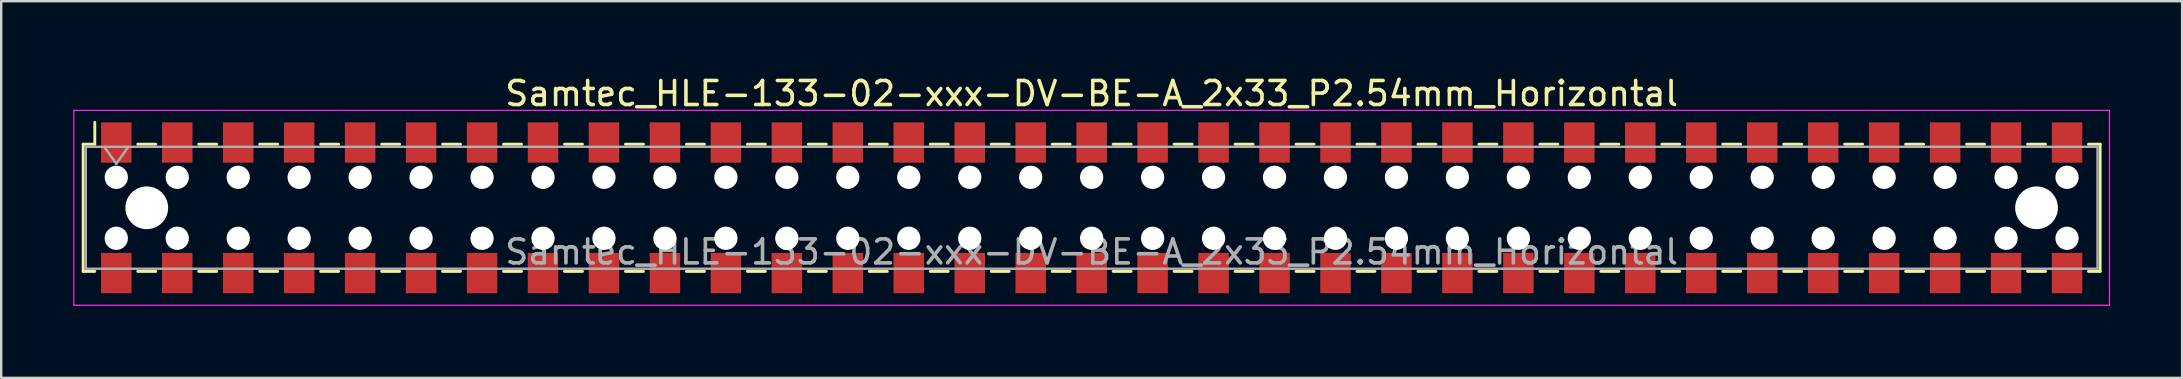
<source format=kicad_pcb>
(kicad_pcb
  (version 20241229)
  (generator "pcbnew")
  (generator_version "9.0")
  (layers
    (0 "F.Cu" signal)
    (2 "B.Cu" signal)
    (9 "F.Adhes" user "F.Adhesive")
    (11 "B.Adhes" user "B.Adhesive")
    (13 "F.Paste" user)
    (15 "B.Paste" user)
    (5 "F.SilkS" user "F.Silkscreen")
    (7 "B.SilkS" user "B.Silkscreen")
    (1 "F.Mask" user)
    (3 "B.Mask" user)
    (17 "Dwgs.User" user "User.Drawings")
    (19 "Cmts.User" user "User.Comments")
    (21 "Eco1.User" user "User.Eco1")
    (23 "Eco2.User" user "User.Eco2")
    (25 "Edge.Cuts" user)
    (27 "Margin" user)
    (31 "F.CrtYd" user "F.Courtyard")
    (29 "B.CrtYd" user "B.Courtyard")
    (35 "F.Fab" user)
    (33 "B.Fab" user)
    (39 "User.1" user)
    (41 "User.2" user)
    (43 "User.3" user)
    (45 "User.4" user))
  (footprint "Samtec_HLE-133-02-xxx-DV-BE-A_2x33_P2.54mm_Horizontal"
    (layer "F.Cu")
    (at 42.435 5.608)
    (property "Reference" "Samtec_HLE-133-02-xxx-DV-BE-A_2x33_P2.54mm_Horizontal" (at 0 -4.76 0) (layer "F.SilkS") (effects (font (size 1 1) (thickness 0.15))))
    (attr smd)
    (fp_line (start -42.02 -2.65) (end -42.02 2.65) (stroke (width 0.12) (type solid)) (layer "F.SilkS"))
    (fp_line (start -42.02 2.65) (end -41.535 2.65) (stroke (width 0.12) (type solid)) (layer "F.SilkS"))
    (fp_line (start -41.535 -3.56) (end -41.535 -2.65) (stroke (width 0.12) (type solid)) (layer "F.SilkS"))
    (fp_line (start -41.535 -2.65) (end -42.02 -2.65) (stroke (width 0.12) (type solid)) (layer "F.SilkS"))
    (fp_line (start -39.745 -2.65) (end -38.995 -2.65) (stroke (width 0.12) (type solid)) (layer "F.SilkS"))
    (fp_line (start -39.745 2.65) (end -38.995 2.65) (stroke (width 0.12) (type solid)) (layer "F.SilkS"))
    (fp_line (start -37.205 -2.65) (end -36.455 -2.65) (stroke (width 0.12) (type solid)) (layer "F.SilkS"))
    (fp_line (start -37.205 2.65) (end -36.455 2.65) (stroke (width 0.12) (type solid)) (layer "F.SilkS"))
    (fp_line (start -34.665 -2.65) (end -33.915 -2.65) (stroke (width 0.12) (type solid)) (layer "F.SilkS"))
    (fp_line (start -34.665 2.65) (end -33.915 2.65) (stroke (width 0.12) (type solid)) (layer "F.SilkS"))
    (fp_line (start -32.125 -2.65) (end -31.375 -2.65) (stroke (width 0.12) (type solid)) (layer "F.SilkS"))
    (fp_line (start -32.125 2.65) (end -31.375 2.65) (stroke (width 0.12) (type solid)) (layer "F.SilkS"))
    (fp_line (start -29.585 -2.65) (end -28.835 -2.65) (stroke (width 0.12) (type solid)) (layer "F.SilkS"))
    (fp_line (start -29.585 2.65) (end -28.835 2.65) (stroke (width 0.12) (type solid)) (layer "F.SilkS"))
    (fp_line (start -27.045 -2.65) (end -26.295 -2.65) (stroke (width 0.12) (type solid)) (layer "F.SilkS"))
    (fp_line (start -27.045 2.65) (end -26.295 2.65) (stroke (width 0.12) (type solid)) (layer "F.SilkS"))
    (fp_line (start -24.505 -2.65) (end -23.755 -2.65) (stroke (width 0.12) (type solid)) (layer "F.SilkS"))
    (fp_line (start -24.505 2.65) (end -23.755 2.65) (stroke (width 0.12) (type solid)) (layer "F.SilkS"))
    (fp_line (start -21.965 -2.65) (end -21.215 -2.65) (stroke (width 0.12) (type solid)) (layer "F.SilkS"))
    (fp_line (start -21.965 2.65) (end -21.215 2.65) (stroke (width 0.12) (type solid)) (layer "F.SilkS"))
    (fp_line (start -19.425 -2.65) (end -18.675 -2.65) (stroke (width 0.12) (type solid)) (layer "F.SilkS"))
    (fp_line (start -19.425 2.65) (end -18.675 2.65) (stroke (width 0.12) (type solid)) (layer "F.SilkS"))
    (fp_line (start -16.885 -2.65) (end -16.135 -2.65) (stroke (width 0.12) (type solid)) (layer "F.SilkS"))
    (fp_line (start -16.885 2.65) (end -16.135 2.65) (stroke (width 0.12) (type solid)) (layer "F.SilkS"))
    (fp_line (start -14.345 -2.65) (end -13.595 -2.65) (stroke (width 0.12) (type solid)) (layer "F.SilkS"))
    (fp_line (start -14.345 2.65) (end -13.595 2.65) (stroke (width 0.12) (type solid)) (layer "F.SilkS"))
    (fp_line (start -11.805 -2.65) (end -11.055 -2.65) (stroke (width 0.12) (type solid)) (layer "F.SilkS"))
    (fp_line (start -11.805 2.65) (end -11.055 2.65) (stroke (width 0.12) (type solid)) (layer "F.SilkS"))
    (fp_line (start -9.265 -2.65) (end -8.515 -2.65) (stroke (width 0.12) (type solid)) (layer "F.SilkS"))
    (fp_line (start -9.265 2.65) (end -8.515 2.65) (stroke (width 0.12) (type solid)) (layer "F.SilkS"))
    (fp_line (start -6.725 -2.65) (end -5.975 -2.65) (stroke (width 0.12) (type solid)) (layer "F.SilkS"))
    (fp_line (start -6.725 2.65) (end -5.975 2.65) (stroke (width 0.12) (type solid)) (layer "F.SilkS"))
    (fp_line (start -4.185 -2.65) (end -3.435 -2.65) (stroke (width 0.12) (type solid)) (layer "F.SilkS"))
    (fp_line (start -4.185 2.65) (end -3.435 2.65) (stroke (width 0.12) (type solid)) (layer "F.SilkS"))
    (fp_line (start -1.645 -2.65) (end -0.895 -2.65) (stroke (width 0.12) (type solid)) (layer "F.SilkS"))
    (fp_line (start -1.645 2.65) (end -0.895 2.65) (stroke (width 0.12) (type solid)) (layer "F.SilkS"))
    (fp_line (start 0.895 -2.65) (end 1.645 -2.65) (stroke (width 0.12) (type solid)) (layer "F.SilkS"))
    (fp_line (start 0.895 2.65) (end 1.645 2.65) (stroke (width 0.12) (type solid)) (layer "F.SilkS"))
    (fp_line (start 3.435 -2.65) (end 4.185 -2.65) (stroke (width 0.12) (type solid)) (layer "F.SilkS"))
    (fp_line (start 3.435 2.65) (end 4.185 2.65) (stroke (width 0.12) (type solid)) (layer "F.SilkS"))
    (fp_line (start 5.975 -2.65) (end 6.725 -2.65) (stroke (width 0.12) (type solid)) (layer "F.SilkS"))
    (fp_line (start 5.975 2.65) (end 6.725 2.65) (stroke (width 0.12) (type solid)) (layer "F.SilkS"))
    (fp_line (start 8.515 -2.65) (end 9.265 -2.65) (stroke (width 0.12) (type solid)) (layer "F.SilkS"))
    (fp_line (start 8.515 2.65) (end 9.265 2.65) (stroke (width 0.12) (type solid)) (layer "F.SilkS"))
    (fp_line (start 11.055 -2.65) (end 11.805 -2.65) (stroke (width 0.12) (type solid)) (layer "F.SilkS"))
    (fp_line (start 11.055 2.65) (end 11.805 2.65) (stroke (width 0.12) (type solid)) (layer "F.SilkS"))
    (fp_line (start 13.595 -2.65) (end 14.345 -2.65) (stroke (width 0.12) (type solid)) (layer "F.SilkS"))
    (fp_line (start 13.595 2.65) (end 14.345 2.65) (stroke (width 0.12) (type solid)) (layer "F.SilkS"))
    (fp_line (start 16.135 -2.65) (end 16.885 -2.65) (stroke (width 0.12) (type solid)) (layer "F.SilkS"))
    (fp_line (start 16.135 2.65) (end 16.885 2.65) (stroke (width 0.12) (type solid)) (layer "F.SilkS"))
    (fp_line (start 18.675 -2.65) (end 19.425 -2.65) (stroke (width 0.12) (type solid)) (layer "F.SilkS"))
    (fp_line (start 18.675 2.65) (end 19.425 2.65) (stroke (width 0.12) (type solid)) (layer "F.SilkS"))
    (fp_line (start 21.215 -2.65) (end 21.965 -2.65) (stroke (width 0.12) (type solid)) (layer "F.SilkS"))
    (fp_line (start 21.215 2.65) (end 21.965 2.65) (stroke (width 0.12) (type solid)) (layer "F.SilkS"))
    (fp_line (start 23.755 -2.65) (end 24.505 -2.65) (stroke (width 0.12) (type solid)) (layer "F.SilkS"))
    (fp_line (start 23.755 2.65) (end 24.505 2.65) (stroke (width 0.12) (type solid)) (layer "F.SilkS"))
    (fp_line (start 26.295 -2.65) (end 27.045 -2.65) (stroke (width 0.12) (type solid)) (layer "F.SilkS"))
    (fp_line (start 26.295 2.65) (end 27.045 2.65) (stroke (width 0.12) (type solid)) (layer "F.SilkS"))
    (fp_line (start 28.835 -2.65) (end 29.585 -2.65) (stroke (width 0.12) (type solid)) (layer "F.SilkS"))
    (fp_line (start 28.835 2.65) (end 29.585 2.65) (stroke (width 0.12) (type solid)) (layer "F.SilkS"))
    (fp_line (start 31.375 -2.65) (end 32.125 -2.65) (stroke (width 0.12) (type solid)) (layer "F.SilkS"))
    (fp_line (start 31.375 2.65) (end 32.125 2.65) (stroke (width 0.12) (type solid)) (layer "F.SilkS"))
    (fp_line (start 33.915 -2.65) (end 34.665 -2.65) (stroke (width 0.12) (type solid)) (layer "F.SilkS"))
    (fp_line (start 33.915 2.65) (end 34.665 2.65) (stroke (width 0.12) (type solid)) (layer "F.SilkS"))
    (fp_line (start 36.455 -2.65) (end 37.205 -2.65) (stroke (width 0.12) (type solid)) (layer "F.SilkS"))
    (fp_line (start 36.455 2.65) (end 37.205 2.65) (stroke (width 0.12) (type solid)) (layer "F.SilkS"))
    (fp_line (start 38.995 -2.65) (end 39.745 -2.65) (stroke (width 0.12) (type solid)) (layer "F.SilkS"))
    (fp_line (start 38.995 2.65) (end 39.745 2.65) (stroke (width 0.12) (type solid)) (layer "F.SilkS"))
    (fp_line (start 41.535 -2.65) (end 42.02 -2.65) (stroke (width 0.12) (type solid)) (layer "F.SilkS"))
    (fp_line (start 42.02 -2.65) (end 42.02 2.65) (stroke (width 0.12) (type solid)) (layer "F.SilkS"))
    (fp_line (start 42.02 2.65) (end 41.535 2.65) (stroke (width 0.12) (type solid)) (layer "F.SilkS"))
    (fp_line (start -42.41 -4.06) (end 42.41 -4.06) (stroke (width 0.05) (type solid)) (layer "F.CrtYd"))
    (fp_line (start -42.41 4.06) (end -42.41 -4.06) (stroke (width 0.05) (type solid)) (layer "F.CrtYd"))
    (fp_line (start 42.41 -4.06) (end 42.41 4.06) (stroke (width 0.05) (type solid)) (layer "F.CrtYd"))
    (fp_line (start 42.41 4.06) (end -42.41 4.06) (stroke (width 0.05) (type solid)) (layer "F.CrtYd"))
    (fp_line (start -41.91 -2.54) (end 41.91 -2.54) (stroke (width 0.1) (type solid)) (layer "F.Fab"))
    (fp_line (start -41.91 2.54) (end -41.91 -2.54) (stroke (width 0.1) (type solid)) (layer "F.Fab"))
    (fp_line (start -41.14 -2.54) (end -40.64 -1.833) (stroke (width 0.1) (type solid)) (layer "F.Fab"))
    (fp_line (start -40.64 -1.833) (end -40.14 -2.54) (stroke (width 0.1) (type solid)) (layer "F.Fab"))
    (fp_line (start 41.91 -2.54) (end 41.91 2.54) (stroke (width 0.1) (type solid)) (layer "F.Fab"))
    (fp_line (start 41.91 2.54) (end -41.91 2.54) (stroke (width 0.1) (type solid)) (layer "F.Fab"))
    (fp_text user "${REFERENCE}" (at 0 1.84 0) (layer "F.Fab") (effects (font (size 1 1) (thickness 0.15))))
    (pad "" np_thru_hole circle (at -40.64 -1.27) (size 0.97 0.97) (drill 0.97) (layers "*.Cu" "*.Mask"))
    (pad "" np_thru_hole circle (at -40.64 1.27) (size 0.97 0.97) (drill 0.97) (layers "*.Cu" "*.Mask"))
    (pad "" np_thru_hole circle (at -39.37 0) (size 1.78 1.78) (drill 1.78) (layers "*.Cu" "*.Mask"))
    (pad "" np_thru_hole circle (at -38.1 -1.27) (size 0.97 0.97) (drill 0.97) (layers "*.Cu" "*.Mask"))
    (pad "" np_thru_hole circle (at -38.1 1.27) (size 0.97 0.97) (drill 0.97) (layers "*.Cu" "*.Mask"))
    (pad "" np_thru_hole circle (at -35.56 -1.27) (size 0.97 0.97) (drill 0.97) (layers "*.Cu" "*.Mask"))
    (pad "" np_thru_hole circle (at -35.56 1.27) (size 0.97 0.97) (drill 0.97) (layers "*.Cu" "*.Mask"))
    (pad "" np_thru_hole circle (at -33.02 -1.27) (size 0.97 0.97) (drill 0.97) (layers "*.Cu" "*.Mask"))
    (pad "" np_thru_hole circle (at -33.02 1.27) (size 0.97 0.97) (drill 0.97) (layers "*.Cu" "*.Mask"))
    (pad "" np_thru_hole circle (at -30.48 -1.27) (size 0.97 0.97) (drill 0.97) (layers "*.Cu" "*.Mask"))
    (pad "" np_thru_hole circle (at -30.48 1.27) (size 0.97 0.97) (drill 0.97) (layers "*.Cu" "*.Mask"))
    (pad "" np_thru_hole circle (at -27.94 -1.27) (size 0.97 0.97) (drill 0.97) (layers "*.Cu" "*.Mask"))
    (pad "" np_thru_hole circle (at -27.94 1.27) (size 0.97 0.97) (drill 0.97) (layers "*.Cu" "*.Mask"))
    (pad "" np_thru_hole circle (at -25.4 -1.27) (size 0.97 0.97) (drill 0.97) (layers "*.Cu" "*.Mask"))
    (pad "" np_thru_hole circle (at -25.4 1.27) (size 0.97 0.97) (drill 0.97) (layers "*.Cu" "*.Mask"))
    (pad "" np_thru_hole circle (at -22.86 -1.27) (size 0.97 0.97) (drill 0.97) (layers "*.Cu" "*.Mask"))
    (pad "" np_thru_hole circle (at -22.86 1.27) (size 0.97 0.97) (drill 0.97) (layers "*.Cu" "*.Mask"))
    (pad "" np_thru_hole circle (at -20.32 -1.27) (size 0.97 0.97) (drill 0.97) (layers "*.Cu" "*.Mask"))
    (pad "" np_thru_hole circle (at -20.32 1.27) (size 0.97 0.97) (drill 0.97) (layers "*.Cu" "*.Mask"))
    (pad "" np_thru_hole circle (at -17.78 -1.27) (size 0.97 0.97) (drill 0.97) (layers "*.Cu" "*.Mask"))
    (pad "" np_thru_hole circle (at -17.78 1.27) (size 0.97 0.97) (drill 0.97) (layers "*.Cu" "*.Mask"))
    (pad "" np_thru_hole circle (at -15.24 -1.27) (size 0.97 0.97) (drill 0.97) (layers "*.Cu" "*.Mask"))
    (pad "" np_thru_hole circle (at -15.24 1.27) (size 0.97 0.97) (drill 0.97) (layers "*.Cu" "*.Mask"))
    (pad "" np_thru_hole circle (at -12.7 -1.27) (size 0.97 0.97) (drill 0.97) (layers "*.Cu" "*.Mask"))
    (pad "" np_thru_hole circle (at -12.7 1.27) (size 0.97 0.97) (drill 0.97) (layers "*.Cu" "*.Mask"))
    (pad "" np_thru_hole circle (at -10.16 -1.27) (size 0.97 0.97) (drill 0.97) (layers "*.Cu" "*.Mask"))
    (pad "" np_thru_hole circle (at -10.16 1.27) (size 0.97 0.97) (drill 0.97) (layers "*.Cu" "*.Mask"))
    (pad "" np_thru_hole circle (at -7.62 -1.27) (size 0.97 0.97) (drill 0.97) (layers "*.Cu" "*.Mask"))
    (pad "" np_thru_hole circle (at -7.62 1.27) (size 0.97 0.97) (drill 0.97) (layers "*.Cu" "*.Mask"))
    (pad "" np_thru_hole circle (at -5.08 -1.27) (size 0.97 0.97) (drill 0.97) (layers "*.Cu" "*.Mask"))
    (pad "" np_thru_hole circle (at -5.08 1.27) (size 0.97 0.97) (drill 0.97) (layers "*.Cu" "*.Mask"))
    (pad "" np_thru_hole circle (at -2.54 -1.27) (size 0.97 0.97) (drill 0.97) (layers "*.Cu" "*.Mask"))
    (pad "" np_thru_hole circle (at -2.54 1.27) (size 0.97 0.97) (drill 0.97) (layers "*.Cu" "*.Mask"))
    (pad "" np_thru_hole circle (at 0 -1.27) (size 0.97 0.97) (drill 0.97) (layers "*.Cu" "*.Mask"))
    (pad "" np_thru_hole circle (at 0 1.27) (size 0.97 0.97) (drill 0.97) (layers "*.Cu" "*.Mask"))
    (pad "" np_thru_hole circle (at 2.54 -1.27) (size 0.97 0.97) (drill 0.97) (layers "*.Cu" "*.Mask"))
    (pad "" np_thru_hole circle (at 2.54 1.27) (size 0.97 0.97) (drill 0.97) (layers "*.Cu" "*.Mask"))
    (pad "" np_thru_hole circle (at 5.08 -1.27) (size 0.97 0.97) (drill 0.97) (layers "*.Cu" "*.Mask"))
    (pad "" np_thru_hole circle (at 5.08 1.27) (size 0.97 0.97) (drill 0.97) (layers "*.Cu" "*.Mask"))
    (pad "" np_thru_hole circle (at 7.62 -1.27) (size 0.97 0.97) (drill 0.97) (layers "*.Cu" "*.Mask"))
    (pad "" np_thru_hole circle (at 7.62 1.27) (size 0.97 0.97) (drill 0.97) (layers "*.Cu" "*.Mask"))
    (pad "" np_thru_hole circle (at 10.16 -1.27) (size 0.97 0.97) (drill 0.97) (layers "*.Cu" "*.Mask"))
    (pad "" np_thru_hole circle (at 10.16 1.27) (size 0.97 0.97) (drill 0.97) (layers "*.Cu" "*.Mask"))
    (pad "" np_thru_hole circle (at 12.7 -1.27) (size 0.97 0.97) (drill 0.97) (layers "*.Cu" "*.Mask"))
    (pad "" np_thru_hole circle (at 12.7 1.27) (size 0.97 0.97) (drill 0.97) (layers "*.Cu" "*.Mask"))
    (pad "" np_thru_hole circle (at 15.24 -1.27) (size 0.97 0.97) (drill 0.97) (layers "*.Cu" "*.Mask"))
    (pad "" np_thru_hole circle (at 15.24 1.27) (size 0.97 0.97) (drill 0.97) (layers "*.Cu" "*.Mask"))
    (pad "" np_thru_hole circle (at 17.78 -1.27) (size 0.97 0.97) (drill 0.97) (layers "*.Cu" "*.Mask"))
    (pad "" np_thru_hole circle (at 17.78 1.27) (size 0.97 0.97) (drill 0.97) (layers "*.Cu" "*.Mask"))
    (pad "" np_thru_hole circle (at 20.32 -1.27) (size 0.97 0.97) (drill 0.97) (layers "*.Cu" "*.Mask"))
    (pad "" np_thru_hole circle (at 20.32 1.27) (size 0.97 0.97) (drill 0.97) (layers "*.Cu" "*.Mask"))
    (pad "" np_thru_hole circle (at 22.86 -1.27) (size 0.97 0.97) (drill 0.97) (layers "*.Cu" "*.Mask"))
    (pad "" np_thru_hole circle (at 22.86 1.27) (size 0.97 0.97) (drill 0.97) (layers "*.Cu" "*.Mask"))
    (pad "" np_thru_hole circle (at 25.4 -1.27) (size 0.97 0.97) (drill 0.97) (layers "*.Cu" "*.Mask"))
    (pad "" np_thru_hole circle (at 25.4 1.27) (size 0.97 0.97) (drill 0.97) (layers "*.Cu" "*.Mask"))
    (pad "" np_thru_hole circle (at 27.94 -1.27) (size 0.97 0.97) (drill 0.97) (layers "*.Cu" "*.Mask"))
    (pad "" np_thru_hole circle (at 27.94 1.27) (size 0.97 0.97) (drill 0.97) (layers "*.Cu" "*.Mask"))
    (pad "" np_thru_hole circle (at 30.48 -1.27) (size 0.97 0.97) (drill 0.97) (layers "*.Cu" "*.Mask"))
    (pad "" np_thru_hole circle (at 30.48 1.27) (size 0.97 0.97) (drill 0.97) (layers "*.Cu" "*.Mask"))
    (pad "" np_thru_hole circle (at 33.02 -1.27) (size 0.97 0.97) (drill 0.97) (layers "*.Cu" "*.Mask"))
    (pad "" np_thru_hole circle (at 33.02 1.27) (size 0.97 0.97) (drill 0.97) (layers "*.Cu" "*.Mask"))
    (pad "" np_thru_hole circle (at 35.56 -1.27) (size 0.97 0.97) (drill 0.97) (layers "*.Cu" "*.Mask"))
    (pad "" np_thru_hole circle (at 35.56 1.27) (size 0.97 0.97) (drill 0.97) (layers "*.Cu" "*.Mask"))
    (pad "" np_thru_hole circle (at 38.1 -1.27) (size 0.97 0.97) (drill 0.97) (layers "*.Cu" "*.Mask"))
    (pad "" np_thru_hole circle (at 38.1 1.27) (size 0.97 0.97) (drill 0.97) (layers "*.Cu" "*.Mask"))
    (pad "" np_thru_hole circle (at 39.37 0) (size 1.78 1.78) (drill 1.78) (layers "*.Cu" "*.Mask"))
    (pad "" np_thru_hole circle (at 40.64 -1.27) (size 0.97 0.97) (drill 0.97) (layers "*.Cu" "*.Mask"))
    (pad "" np_thru_hole circle (at 40.64 1.27) (size 0.97 0.97) (drill 0.97) (layers "*.Cu" "*.Mask"))
    (pad "1" smd rect (at -40.64 -2.72) (size 1.27 1.68) (layers "F.Cu" "F.Mask" "F.Paste"))
    (pad "2" smd rect (at -40.64 2.72) (size 1.27 1.68) (layers "F.Cu" "F.Mask" "F.Paste"))
    (pad "3" smd rect (at -38.1 -2.72) (size 1.27 1.68) (layers "F.Cu" "F.Mask" "F.Paste"))
    (pad "4" smd rect (at -38.1 2.72) (size 1.27 1.68) (layers "F.Cu" "F.Mask" "F.Paste"))
    (pad "5" smd rect (at -35.56 -2.72) (size 1.27 1.68) (layers "F.Cu" "F.Mask" "F.Paste"))
    (pad "6" smd rect (at -35.56 2.72) (size 1.27 1.68) (layers "F.Cu" "F.Mask" "F.Paste"))
    (pad "7" smd rect (at -33.02 -2.72) (size 1.27 1.68) (layers "F.Cu" "F.Mask" "F.Paste"))
    (pad "8" smd rect (at -33.02 2.72) (size 1.27 1.68) (layers "F.Cu" "F.Mask" "F.Paste"))
    (pad "9" smd rect (at -30.48 -2.72) (size 1.27 1.68) (layers "F.Cu" "F.Mask" "F.Paste"))
    (pad "10" smd rect (at -30.48 2.72) (size 1.27 1.68) (layers "F.Cu" "F.Mask" "F.Paste"))
    (pad "11" smd rect (at -27.94 -2.72) (size 1.27 1.68) (layers "F.Cu" "F.Mask" "F.Paste"))
    (pad "12" smd rect (at -27.94 2.72) (size 1.27 1.68) (layers "F.Cu" "F.Mask" "F.Paste"))
    (pad "13" smd rect (at -25.4 -2.72) (size 1.27 1.68) (layers "F.Cu" "F.Mask" "F.Paste"))
    (pad "14" smd rect (at -25.4 2.72) (size 1.27 1.68) (layers "F.Cu" "F.Mask" "F.Paste"))
    (pad "15" smd rect (at -22.86 -2.72) (size 1.27 1.68) (layers "F.Cu" "F.Mask" "F.Paste"))
    (pad "16" smd rect (at -22.86 2.72) (size 1.27 1.68) (layers "F.Cu" "F.Mask" "F.Paste"))
    (pad "17" smd rect (at -20.32 -2.72) (size 1.27 1.68) (layers "F.Cu" "F.Mask" "F.Paste"))
    (pad "18" smd rect (at -20.32 2.72) (size 1.27 1.68) (layers "F.Cu" "F.Mask" "F.Paste"))
    (pad "19" smd rect (at -17.78 -2.72) (size 1.27 1.68) (layers "F.Cu" "F.Mask" "F.Paste"))
    (pad "20" smd rect (at -17.78 2.72) (size 1.27 1.68) (layers "F.Cu" "F.Mask" "F.Paste"))
    (pad "21" smd rect (at -15.24 -2.72) (size 1.27 1.68) (layers "F.Cu" "F.Mask" "F.Paste"))
    (pad "22" smd rect (at -15.24 2.72) (size 1.27 1.68) (layers "F.Cu" "F.Mask" "F.Paste"))
    (pad "23" smd rect (at -12.7 -2.72) (size 1.27 1.68) (layers "F.Cu" "F.Mask" "F.Paste"))
    (pad "24" smd rect (at -12.7 2.72) (size 1.27 1.68) (layers "F.Cu" "F.Mask" "F.Paste"))
    (pad "25" smd rect (at -10.16 -2.72) (size 1.27 1.68) (layers "F.Cu" "F.Mask" "F.Paste"))
    (pad "26" smd rect (at -10.16 2.72) (size 1.27 1.68) (layers "F.Cu" "F.Mask" "F.Paste"))
    (pad "27" smd rect (at -7.62 -2.72) (size 1.27 1.68) (layers "F.Cu" "F.Mask" "F.Paste"))
    (pad "28" smd rect (at -7.62 2.72) (size 1.27 1.68) (layers "F.Cu" "F.Mask" "F.Paste"))
    (pad "29" smd rect (at -5.08 -2.72) (size 1.27 1.68) (layers "F.Cu" "F.Mask" "F.Paste"))
    (pad "30" smd rect (at -5.08 2.72) (size 1.27 1.68) (layers "F.Cu" "F.Mask" "F.Paste"))
    (pad "31" smd rect (at -2.54 -2.72) (size 1.27 1.68) (layers "F.Cu" "F.Mask" "F.Paste"))
    (pad "32" smd rect (at -2.54 2.72) (size 1.27 1.68) (layers "F.Cu" "F.Mask" "F.Paste"))
    (pad "33" smd rect (at 0 -2.72) (size 1.27 1.68) (layers "F.Cu" "F.Mask" "F.Paste"))
    (pad "34" smd rect (at 0 2.72) (size 1.27 1.68) (layers "F.Cu" "F.Mask" "F.Paste"))
    (pad "35" smd rect (at 2.54 -2.72) (size 1.27 1.68) (layers "F.Cu" "F.Mask" "F.Paste"))
    (pad "36" smd rect (at 2.54 2.72) (size 1.27 1.68) (layers "F.Cu" "F.Mask" "F.Paste"))
    (pad "37" smd rect (at 5.08 -2.72) (size 1.27 1.68) (layers "F.Cu" "F.Mask" "F.Paste"))
    (pad "38" smd rect (at 5.08 2.72) (size 1.27 1.68) (layers "F.Cu" "F.Mask" "F.Paste"))
    (pad "39" smd rect (at 7.62 -2.72) (size 1.27 1.68) (layers "F.Cu" "F.Mask" "F.Paste"))
    (pad "40" smd rect (at 7.62 2.72) (size 1.27 1.68) (layers "F.Cu" "F.Mask" "F.Paste"))
    (pad "41" smd rect (at 10.16 -2.72) (size 1.27 1.68) (layers "F.Cu" "F.Mask" "F.Paste"))
    (pad "42" smd rect (at 10.16 2.72) (size 1.27 1.68) (layers "F.Cu" "F.Mask" "F.Paste"))
    (pad "43" smd rect (at 12.7 -2.72) (size 1.27 1.68) (layers "F.Cu" "F.Mask" "F.Paste"))
    (pad "44" smd rect (at 12.7 2.72) (size 1.27 1.68) (layers "F.Cu" "F.Mask" "F.Paste"))
    (pad "45" smd rect (at 15.24 -2.72) (size 1.27 1.68) (layers "F.Cu" "F.Mask" "F.Paste"))
    (pad "46" smd rect (at 15.24 2.72) (size 1.27 1.68) (layers "F.Cu" "F.Mask" "F.Paste"))
    (pad "47" smd rect (at 17.78 -2.72) (size 1.27 1.68) (layers "F.Cu" "F.Mask" "F.Paste"))
    (pad "48" smd rect (at 17.78 2.72) (size 1.27 1.68) (layers "F.Cu" "F.Mask" "F.Paste"))
    (pad "49" smd rect (at 20.32 -2.72) (size 1.27 1.68) (layers "F.Cu" "F.Mask" "F.Paste"))
    (pad "50" smd rect (at 20.32 2.72) (size 1.27 1.68) (layers "F.Cu" "F.Mask" "F.Paste"))
    (pad "51" smd rect (at 22.86 -2.72) (size 1.27 1.68) (layers "F.Cu" "F.Mask" "F.Paste"))
    (pad "52" smd rect (at 22.86 2.72) (size 1.27 1.68) (layers "F.Cu" "F.Mask" "F.Paste"))
    (pad "53" smd rect (at 25.4 -2.72) (size 1.27 1.68) (layers "F.Cu" "F.Mask" "F.Paste"))
    (pad "54" smd rect (at 25.4 2.72) (size 1.27 1.68) (layers "F.Cu" "F.Mask" "F.Paste"))
    (pad "55" smd rect (at 27.94 -2.72) (size 1.27 1.68) (layers "F.Cu" "F.Mask" "F.Paste"))
    (pad "56" smd rect (at 27.94 2.72) (size 1.27 1.68) (layers "F.Cu" "F.Mask" "F.Paste"))
    (pad "57" smd rect (at 30.48 -2.72) (size 1.27 1.68) (layers "F.Cu" "F.Mask" "F.Paste"))
    (pad "58" smd rect (at 30.48 2.72) (size 1.27 1.68) (layers "F.Cu" "F.Mask" "F.Paste"))
    (pad "59" smd rect (at 33.02 -2.72) (size 1.27 1.68) (layers "F.Cu" "F.Mask" "F.Paste"))
    (pad "60" smd rect (at 33.02 2.72) (size 1.27 1.68) (layers "F.Cu" "F.Mask" "F.Paste"))
    (pad "61" smd rect (at 35.56 -2.72) (size 1.27 1.68) (layers "F.Cu" "F.Mask" "F.Paste"))
    (pad "62" smd rect (at 35.56 2.72) (size 1.27 1.68) (layers "F.Cu" "F.Mask" "F.Paste"))
    (pad "63" smd rect (at 38.1 -2.72) (size 1.27 1.68) (layers "F.Cu" "F.Mask" "F.Paste"))
    (pad "64" smd rect (at 38.1 2.72) (size 1.27 1.68) (layers "F.Cu" "F.Mask" "F.Paste"))
    (pad "65" smd rect (at 40.64 -2.72) (size 1.27 1.68) (layers "F.Cu" "F.Mask" "F.Paste"))
    (pad "66" smd rect (at 40.64 2.72) (size 1.27 1.68) (layers "F.Cu" "F.Mask" "F.Paste")))
  (gr_rect
    (start -3 -3)
    (end 87.87 12.693)
    (stroke (width 0.1) (type default))
    (fill no)
    (layer "Edge.Cuts")))
</source>
